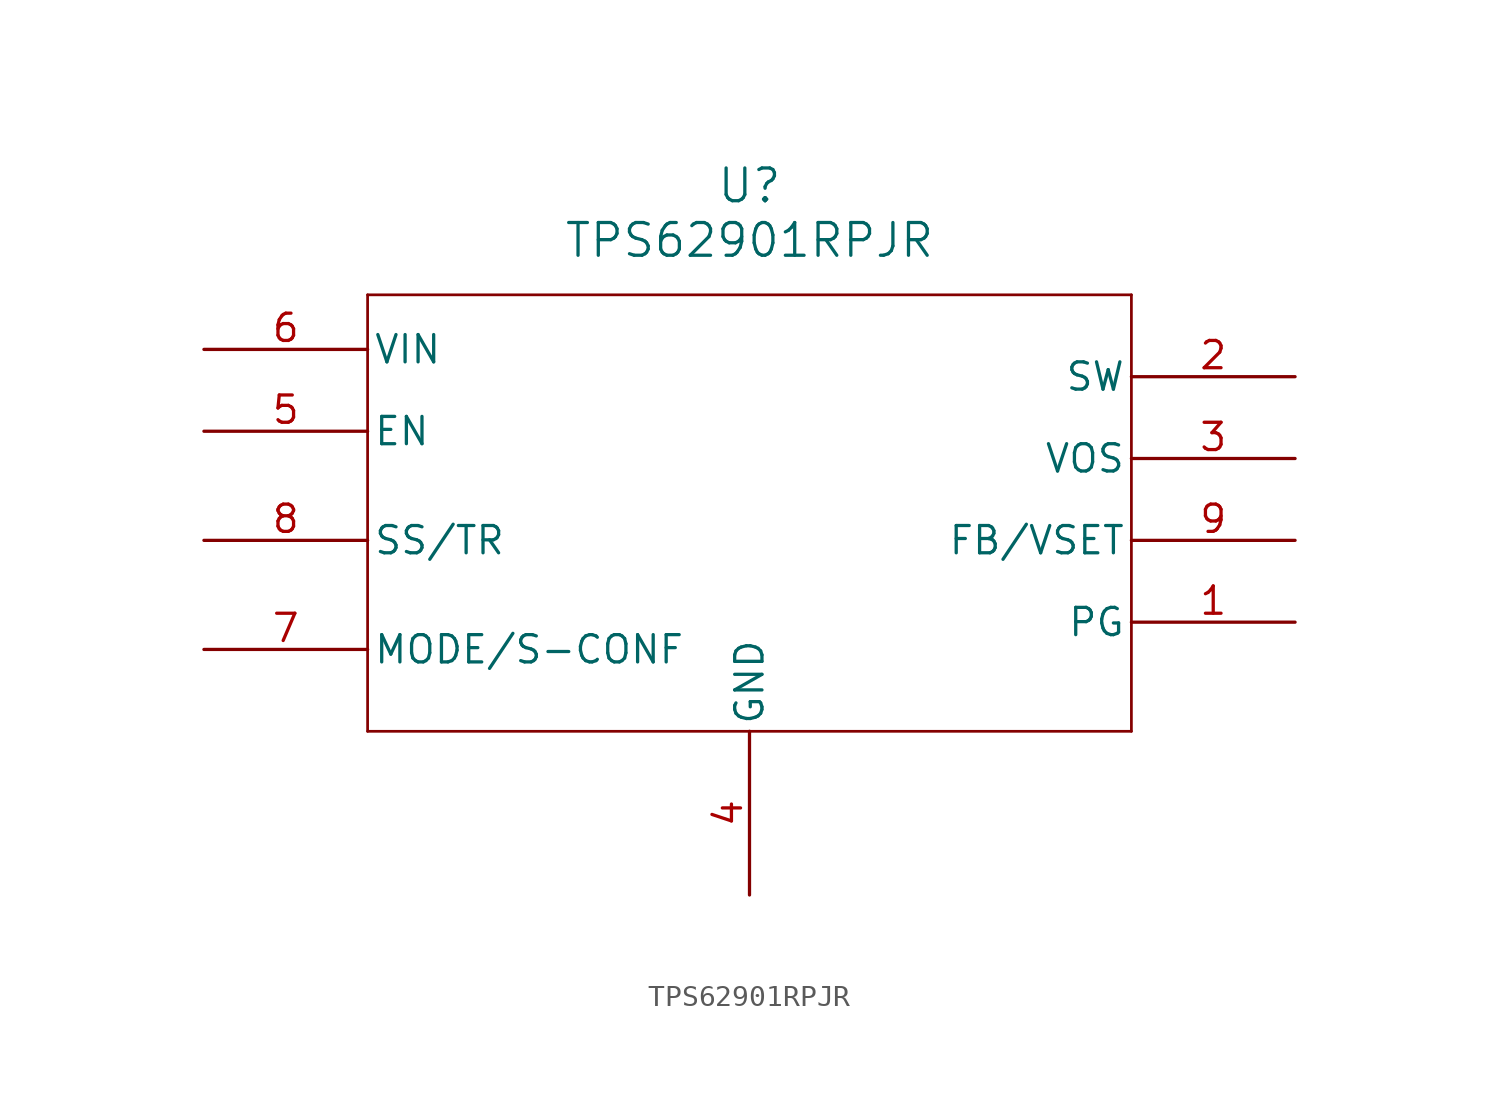
<source format=kicad_sym>
(kicad_symbol_lib
  (version 20241209)
  (generator "kicad_symbol_editor")
  (generator_version "9.0")
  (symbol "TPS62901RPJR"
    (pin_names
      (offset 0.254))
    (property "Reference" "U"
      (at 25.4 10.16 0)
      (effects (font (size 1.524 1.524))))
    (property "Value" "TPS62901RPJR"
      (at 25.4 7.62 0)
      (effects (font (size 1.524 1.524))))
    (property "ki_locked" ""
      (at 0 0 0)
      (effects (font (size 1.27 1.27))))
    (symbol "TPS62901RPJR_0_1"
      (polyline (pts (xy 7.62 5.08) (xy 7.62 -15.24)) (stroke (width 0.127) (type default)) (fill (type none)))
      (polyline (pts (xy 7.62 -15.24) (xy 43.18 -15.24)) (stroke (width 0.127) (type default)) (fill (type none)))
      (polyline (pts (xy 43.18 5.08) (xy 7.62 5.08)) (stroke (width 0.127) (type default)) (fill (type none)))
      (polyline (pts (xy 43.18 -15.24) (xy 43.18 5.08)) (stroke (width 0.127) (type default)) (fill (type none)))
      (pin power_in line (at 0 2.54 0) (length 7.62) (name "VIN" (effects (font (size 1.27 1.27)))) (number "6" (effects (font (size 1.27 1.27)))))
      (pin input line (at 0 -1.27 0) (length 7.62) (name "EN" (effects (font (size 1.27 1.27)))) (number "5" (effects (font (size 1.27 1.27)))))
      (pin input line (at 0 -6.35 0) (length 7.62) (name "SS/TR" (effects (font (size 1.27 1.27)))) (number "8" (effects (font (size 1.27 1.27)))))
      (pin input line (at 0 -11.43 0) (length 7.62) (name "MODE/S-CONF" (effects (font (size 1.27 1.27)))) (number "7" (effects (font (size 1.27 1.27)))))
      (pin power_out line (at 25.4 -22.86 90) (length 7.62) (name "GND" (effects (font (size 1.27 1.27)))) (number "4" (effects (font (size 1.27 1.27)))))
      (pin power_out line (at 50.8 1.27 180) (length 7.62) (name "SW" (effects (font (size 1.27 1.27)))) (number "2" (effects (font (size 1.27 1.27)))))
      (pin input line (at 50.8 -2.54 180) (length 7.62) (name "VOS" (effects (font (size 1.27 1.27)))) (number "3" (effects (font (size 1.27 1.27)))))
      (pin input line (at 50.8 -6.35 180) (length 7.62) (name "FB/VSET" (effects (font (size 1.27 1.27)))) (number "9" (effects (font (size 1.27 1.27)))))
      (pin open_collector line (at 50.8 -10.16 180) (length 7.62) (name "PG" (effects (font (size 1.27 1.27)))) (number "1" (effects (font (size 1.27 1.27))))))))
</source>
